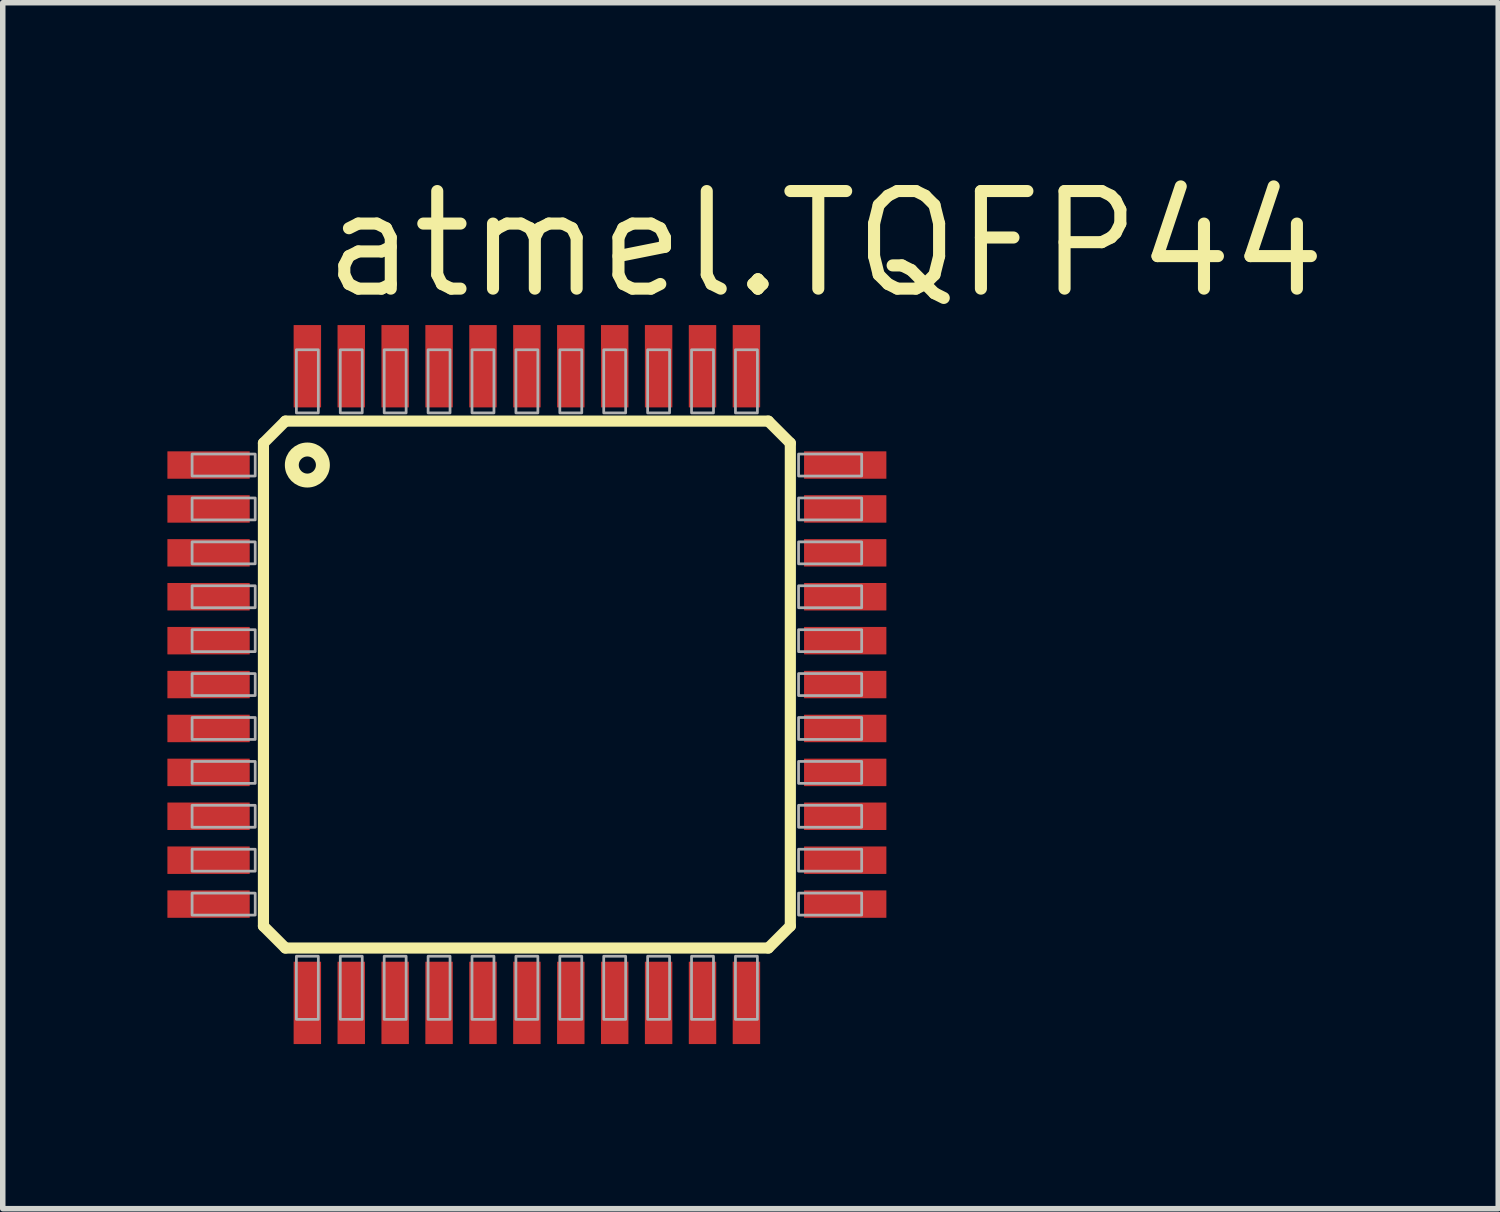
<source format=kicad_pcb>
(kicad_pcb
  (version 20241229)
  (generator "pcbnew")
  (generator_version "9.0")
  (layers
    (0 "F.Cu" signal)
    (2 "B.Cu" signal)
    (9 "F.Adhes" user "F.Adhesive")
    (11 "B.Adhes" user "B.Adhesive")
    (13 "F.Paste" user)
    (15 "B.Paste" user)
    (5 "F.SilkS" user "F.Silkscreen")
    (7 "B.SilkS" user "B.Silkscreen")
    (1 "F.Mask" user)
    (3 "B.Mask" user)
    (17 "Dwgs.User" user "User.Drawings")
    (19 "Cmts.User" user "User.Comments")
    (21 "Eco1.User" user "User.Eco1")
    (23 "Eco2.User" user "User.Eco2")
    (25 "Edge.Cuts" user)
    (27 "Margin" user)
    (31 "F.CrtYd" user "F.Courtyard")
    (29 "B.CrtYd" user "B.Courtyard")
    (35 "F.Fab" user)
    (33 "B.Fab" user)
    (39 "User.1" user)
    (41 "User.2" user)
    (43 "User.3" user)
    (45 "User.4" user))
  (footprint "atmel.TQFP44"
    (layer "F.Cu")
    (at 6.55 9.423)
    (property "Reference" "atmel.TQFP44" (at -3.81 -6.985 0) (layer "F.SilkS") (effects (font (size 1.778 1.778) (thickness 0.22)) (justify left bottom)))
    (attr smd)
    (fp_line (start -4.8 -4.4) (end -4.4 -4.8) (stroke (width 0.203) (type default)) (layer "F.SilkS"))
    (fp_line (start -4.8 4.4) (end -4.8 -4.4) (stroke (width 0.203) (type default)) (layer "F.SilkS"))
    (fp_line (start -4.4 -4.8) (end 4.4 -4.8) (stroke (width 0.203) (type default)) (layer "F.SilkS"))
    (fp_line (start -4.4 4.8) (end -4.8 4.4) (stroke (width 0.203) (type default)) (layer "F.SilkS"))
    (fp_line (start 4.4 -4.8) (end 4.8 -4.4) (stroke (width 0.203) (type default)) (layer "F.SilkS"))
    (fp_line (start 4.4 4.8) (end -4.4 4.8) (stroke (width 0.203) (type default)) (layer "F.SilkS"))
    (fp_line (start 4.8 -4.4) (end 4.8 4.4) (stroke (width 0.203) (type default)) (layer "F.SilkS"))
    (fp_line (start 4.8 4.4) (end 4.4 4.8) (stroke (width 0.203) (type default)) (layer "F.SilkS"))
    (fp_circle (center -4 -4) (end -3.717 -4) (stroke (width 0.254) (type default)) (fill no) (layer "F.SilkS"))
    (fp_rect (start -6.1 -3.8) (end -4.95 -4.2) (stroke (width 0.05) (type default)) (fill no) (layer "F.Fab"))
    (fp_rect (start -6.1 -3) (end -4.95 -3.4) (stroke (width 0.05) (type default)) (fill no) (layer "F.Fab"))
    (fp_rect (start -6.1 -2.2) (end -4.95 -2.6) (stroke (width 0.05) (type default)) (fill no) (layer "F.Fab"))
    (fp_rect (start -6.1 -1.4) (end -4.95 -1.8) (stroke (width 0.05) (type default)) (fill no) (layer "F.Fab"))
    (fp_rect (start -6.1 -0.6) (end -4.95 -1) (stroke (width 0.05) (type default)) (fill no) (layer "F.Fab"))
    (fp_rect (start -6.1 0.2) (end -4.95 -0.2) (stroke (width 0.05) (type default)) (fill no) (layer "F.Fab"))
    (fp_rect (start -6.1 1) (end -4.95 0.6) (stroke (width 0.05) (type default)) (fill no) (layer "F.Fab"))
    (fp_rect (start -6.1 1.8) (end -4.95 1.4) (stroke (width 0.05) (type default)) (fill no) (layer "F.Fab"))
    (fp_rect (start -6.1 2.6) (end -4.95 2.2) (stroke (width 0.05) (type default)) (fill no) (layer "F.Fab"))
    (fp_rect (start -6.1 3.4) (end -4.95 3) (stroke (width 0.05) (type default)) (fill no) (layer "F.Fab"))
    (fp_rect (start -6.1 4.2) (end -4.95 3.8) (stroke (width 0.05) (type default)) (fill no) (layer "F.Fab"))
    (fp_rect (start -4.2 -4.95) (end -3.8 -6.1) (stroke (width 0.05) (type default)) (fill no) (layer "F.Fab"))
    (fp_rect (start -4.2 6.1) (end -3.8 4.95) (stroke (width 0.05) (type default)) (fill no) (layer "F.Fab"))
    (fp_rect (start -3.4 -4.95) (end -3 -6.1) (stroke (width 0.05) (type default)) (fill no) (layer "F.Fab"))
    (fp_rect (start -3.4 6.1) (end -3 4.95) (stroke (width 0.05) (type default)) (fill no) (layer "F.Fab"))
    (fp_rect (start -2.6 -4.95) (end -2.2 -6.1) (stroke (width 0.05) (type default)) (fill no) (layer "F.Fab"))
    (fp_rect (start -2.6 6.1) (end -2.2 4.95) (stroke (width 0.05) (type default)) (fill no) (layer "F.Fab"))
    (fp_rect (start -1.8 -4.95) (end -1.4 -6.1) (stroke (width 0.05) (type default)) (fill no) (layer "F.Fab"))
    (fp_rect (start -1.8 6.1) (end -1.4 4.95) (stroke (width 0.05) (type default)) (fill no) (layer "F.Fab"))
    (fp_rect (start -1 -4.95) (end -0.6 -6.1) (stroke (width 0.05) (type default)) (fill no) (layer "F.Fab"))
    (fp_rect (start -1 6.1) (end -0.6 4.95) (stroke (width 0.05) (type default)) (fill no) (layer "F.Fab"))
    (fp_rect (start -0.2 -4.95) (end 0.2 -6.1) (stroke (width 0.05) (type default)) (fill no) (layer "F.Fab"))
    (fp_rect (start -0.2 6.1) (end 0.2 4.95) (stroke (width 0.05) (type default)) (fill no) (layer "F.Fab"))
    (fp_rect (start 0.6 -4.95) (end 1 -6.1) (stroke (width 0.05) (type default)) (fill no) (layer "F.Fab"))
    (fp_rect (start 0.6 6.1) (end 1 4.95) (stroke (width 0.05) (type default)) (fill no) (layer "F.Fab"))
    (fp_rect (start 1.4 -4.95) (end 1.8 -6.1) (stroke (width 0.05) (type default)) (fill no) (layer "F.Fab"))
    (fp_rect (start 1.4 6.1) (end 1.8 4.95) (stroke (width 0.05) (type default)) (fill no) (layer "F.Fab"))
    (fp_rect (start 2.2 -4.95) (end 2.6 -6.1) (stroke (width 0.05) (type default)) (fill no) (layer "F.Fab"))
    (fp_rect (start 2.2 6.1) (end 2.6 4.95) (stroke (width 0.05) (type default)) (fill no) (layer "F.Fab"))
    (fp_rect (start 3 -4.95) (end 3.4 -6.1) (stroke (width 0.05) (type default)) (fill no) (layer "F.Fab"))
    (fp_rect (start 3 6.1) (end 3.4 4.95) (stroke (width 0.05) (type default)) (fill no) (layer "F.Fab"))
    (fp_rect (start 3.8 -4.95) (end 4.2 -6.1) (stroke (width 0.05) (type default)) (fill no) (layer "F.Fab"))
    (fp_rect (start 3.8 6.1) (end 4.2 4.95) (stroke (width 0.05) (type default)) (fill no) (layer "F.Fab"))
    (fp_rect (start 4.95 -3.8) (end 6.1 -4.2) (stroke (width 0.05) (type default)) (fill no) (layer "F.Fab"))
    (fp_rect (start 4.95 -3) (end 6.1 -3.4) (stroke (width 0.05) (type default)) (fill no) (layer "F.Fab"))
    (fp_rect (start 4.95 -2.2) (end 6.1 -2.6) (stroke (width 0.05) (type default)) (fill no) (layer "F.Fab"))
    (fp_rect (start 4.95 -1.4) (end 6.1 -1.8) (stroke (width 0.05) (type default)) (fill no) (layer "F.Fab"))
    (fp_rect (start 4.95 -0.6) (end 6.1 -1) (stroke (width 0.05) (type default)) (fill no) (layer "F.Fab"))
    (fp_rect (start 4.95 0.2) (end 6.1 -0.2) (stroke (width 0.05) (type default)) (fill no) (layer "F.Fab"))
    (fp_rect (start 4.95 1) (end 6.1 0.6) (stroke (width 0.05) (type default)) (fill no) (layer "F.Fab"))
    (fp_rect (start 4.95 1.8) (end 6.1 1.4) (stroke (width 0.05) (type default)) (fill no) (layer "F.Fab"))
    (fp_rect (start 4.95 2.6) (end 6.1 2.2) (stroke (width 0.05) (type default)) (fill no) (layer "F.Fab"))
    (fp_rect (start 4.95 3.4) (end 6.1 3) (stroke (width 0.05) (type default)) (fill no) (layer "F.Fab"))
    (fp_rect (start 4.95 4.2) (end 6.1 3.8) (stroke (width 0.05) (type default)) (fill no) (layer "F.Fab"))
    (pad "1" smd roundrect (at -5.8 -4) (size 1.5 0.5) (layers "F.Cu" "F.Mask" "F.Paste") (roundrect_rratio 0.01))
    (pad "2" smd roundrect (at -5.8 -3.2) (size 1.5 0.5) (layers "F.Cu" "F.Mask" "F.Paste") (roundrect_rratio 0.01))
    (pad "3" smd roundrect (at -5.8 -2.4) (size 1.5 0.5) (layers "F.Cu" "F.Mask" "F.Paste") (roundrect_rratio 0.01))
    (pad "4" smd roundrect (at -5.8 -1.6) (size 1.5 0.5) (layers "F.Cu" "F.Mask" "F.Paste") (roundrect_rratio 0.01))
    (pad "5" smd roundrect (at -5.8 -0.8) (size 1.5 0.5) (layers "F.Cu" "F.Mask" "F.Paste") (roundrect_rratio 0.01))
    (pad "6" smd roundrect (at -5.8 0) (size 1.5 0.5) (layers "F.Cu" "F.Mask" "F.Paste") (roundrect_rratio 0.01))
    (pad "7" smd roundrect (at -5.8 0.8) (size 1.5 0.5) (layers "F.Cu" "F.Mask" "F.Paste") (roundrect_rratio 0.01))
    (pad "8" smd roundrect (at -5.8 1.6) (size 1.5 0.5) (layers "F.Cu" "F.Mask" "F.Paste") (roundrect_rratio 0.01))
    (pad "9" smd roundrect (at -5.8 2.4) (size 1.5 0.5) (layers "F.Cu" "F.Mask" "F.Paste") (roundrect_rratio 0.01))
    (pad "10" smd roundrect (at -5.8 3.2) (size 1.5 0.5) (layers "F.Cu" "F.Mask" "F.Paste") (roundrect_rratio 0.01))
    (pad "11" smd roundrect (at -5.8 4) (size 1.5 0.5) (layers "F.Cu" "F.Mask" "F.Paste") (roundrect_rratio 0.01))
    (pad "12" smd roundrect (at -4 5.8) (size 0.5 1.5) (layers "F.Cu" "F.Mask" "F.Paste") (roundrect_rratio 0.01))
    (pad "13" smd roundrect (at -3.2 5.8) (size 0.5 1.5) (layers "F.Cu" "F.Mask" "F.Paste") (roundrect_rratio 0.01))
    (pad "14" smd roundrect (at -2.4 5.8) (size 0.5 1.5) (layers "F.Cu" "F.Mask" "F.Paste") (roundrect_rratio 0.01))
    (pad "15" smd roundrect (at -1.6 5.8) (size 0.5 1.5) (layers "F.Cu" "F.Mask" "F.Paste") (roundrect_rratio 0.01))
    (pad "16" smd roundrect (at -0.8 5.8) (size 0.5 1.5) (layers "F.Cu" "F.Mask" "F.Paste") (roundrect_rratio 0.01))
    (pad "17" smd roundrect (at 0 5.8) (size 0.5 1.5) (layers "F.Cu" "F.Mask" "F.Paste") (roundrect_rratio 0.01))
    (pad "18" smd roundrect (at 0.8 5.8) (size 0.5 1.5) (layers "F.Cu" "F.Mask" "F.Paste") (roundrect_rratio 0.01))
    (pad "19" smd roundrect (at 1.6 5.8) (size 0.5 1.5) (layers "F.Cu" "F.Mask" "F.Paste") (roundrect_rratio 0.01))
    (pad "20" smd roundrect (at 2.4 5.8) (size 0.5 1.5) (layers "F.Cu" "F.Mask" "F.Paste") (roundrect_rratio 0.01))
    (pad "21" smd roundrect (at 3.2 5.8) (size 0.5 1.5) (layers "F.Cu" "F.Mask" "F.Paste") (roundrect_rratio 0.01))
    (pad "22" smd roundrect (at 4 5.8) (size 0.5 1.5) (layers "F.Cu" "F.Mask" "F.Paste") (roundrect_rratio 0.01))
    (pad "23" smd roundrect (at 5.8 4) (size 1.5 0.5) (layers "F.Cu" "F.Mask" "F.Paste") (roundrect_rratio 0.01))
    (pad "24" smd roundrect (at 5.8 3.2) (size 1.5 0.5) (layers "F.Cu" "F.Mask" "F.Paste") (roundrect_rratio 0.01))
    (pad "25" smd roundrect (at 5.8 2.4) (size 1.5 0.5) (layers "F.Cu" "F.Mask" "F.Paste") (roundrect_rratio 0.01))
    (pad "26" smd roundrect (at 5.8 1.6) (size 1.5 0.5) (layers "F.Cu" "F.Mask" "F.Paste") (roundrect_rratio 0.01))
    (pad "27" smd roundrect (at 5.8 0.8) (size 1.5 0.5) (layers "F.Cu" "F.Mask" "F.Paste") (roundrect_rratio 0.01))
    (pad "28" smd roundrect (at 5.8 0) (size 1.5 0.5) (layers "F.Cu" "F.Mask" "F.Paste") (roundrect_rratio 0.01))
    (pad "29" smd roundrect (at 5.8 -0.8) (size 1.5 0.5) (layers "F.Cu" "F.Mask" "F.Paste") (roundrect_rratio 0.01))
    (pad "30" smd roundrect (at 5.8 -1.6) (size 1.5 0.5) (layers "F.Cu" "F.Mask" "F.Paste") (roundrect_rratio 0.01))
    (pad "31" smd roundrect (at 5.8 -2.4) (size 1.5 0.5) (layers "F.Cu" "F.Mask" "F.Paste") (roundrect_rratio 0.01))
    (pad "32" smd roundrect (at 5.8 -3.2) (size 1.5 0.5) (layers "F.Cu" "F.Mask" "F.Paste") (roundrect_rratio 0.01))
    (pad "33" smd roundrect (at 5.8 -4) (size 1.5 0.5) (layers "F.Cu" "F.Mask" "F.Paste") (roundrect_rratio 0.01))
    (pad "34" smd roundrect (at 4 -5.8) (size 0.5 1.5) (layers "F.Cu" "F.Mask" "F.Paste") (roundrect_rratio 0.01))
    (pad "35" smd roundrect (at 3.2 -5.8) (size 0.5 1.5) (layers "F.Cu" "F.Mask" "F.Paste") (roundrect_rratio 0.01))
    (pad "36" smd roundrect (at 2.4 -5.8) (size 0.5 1.5) (layers "F.Cu" "F.Mask" "F.Paste") (roundrect_rratio 0.01))
    (pad "37" smd roundrect (at 1.6 -5.8) (size 0.5 1.5) (layers "F.Cu" "F.Mask" "F.Paste") (roundrect_rratio 0.01))
    (pad "38" smd roundrect (at 0.8 -5.8) (size 0.5 1.5) (layers "F.Cu" "F.Mask" "F.Paste") (roundrect_rratio 0.01))
    (pad "39" smd roundrect (at 0 -5.8) (size 0.5 1.5) (layers "F.Cu" "F.Mask" "F.Paste") (roundrect_rratio 0.01))
    (pad "40" smd roundrect (at -0.8 -5.8) (size 0.5 1.5) (layers "F.Cu" "F.Mask" "F.Paste") (roundrect_rratio 0.01))
    (pad "41" smd roundrect (at -1.6 -5.8) (size 0.5 1.5) (layers "F.Cu" "F.Mask" "F.Paste") (roundrect_rratio 0.01))
    (pad "42" smd roundrect (at -2.4 -5.8) (size 0.5 1.5) (layers "F.Cu" "F.Mask" "F.Paste") (roundrect_rratio 0.01))
    (pad "43" smd roundrect (at -3.2 -5.8) (size 0.5 1.5) (layers "F.Cu" "F.Mask" "F.Paste") (roundrect_rratio 0.01))
    (pad "44" smd roundrect (at -4 -5.8) (size 0.5 1.5) (layers "F.Cu" "F.Mask" "F.Paste") (roundrect_rratio 0.01)))
  (gr_rect
    (start -3 -3)
    (end 24.248 18.973)
    (stroke (width 0.1) (type default))
    (fill no)
    (layer "Edge.Cuts")))
</source>
